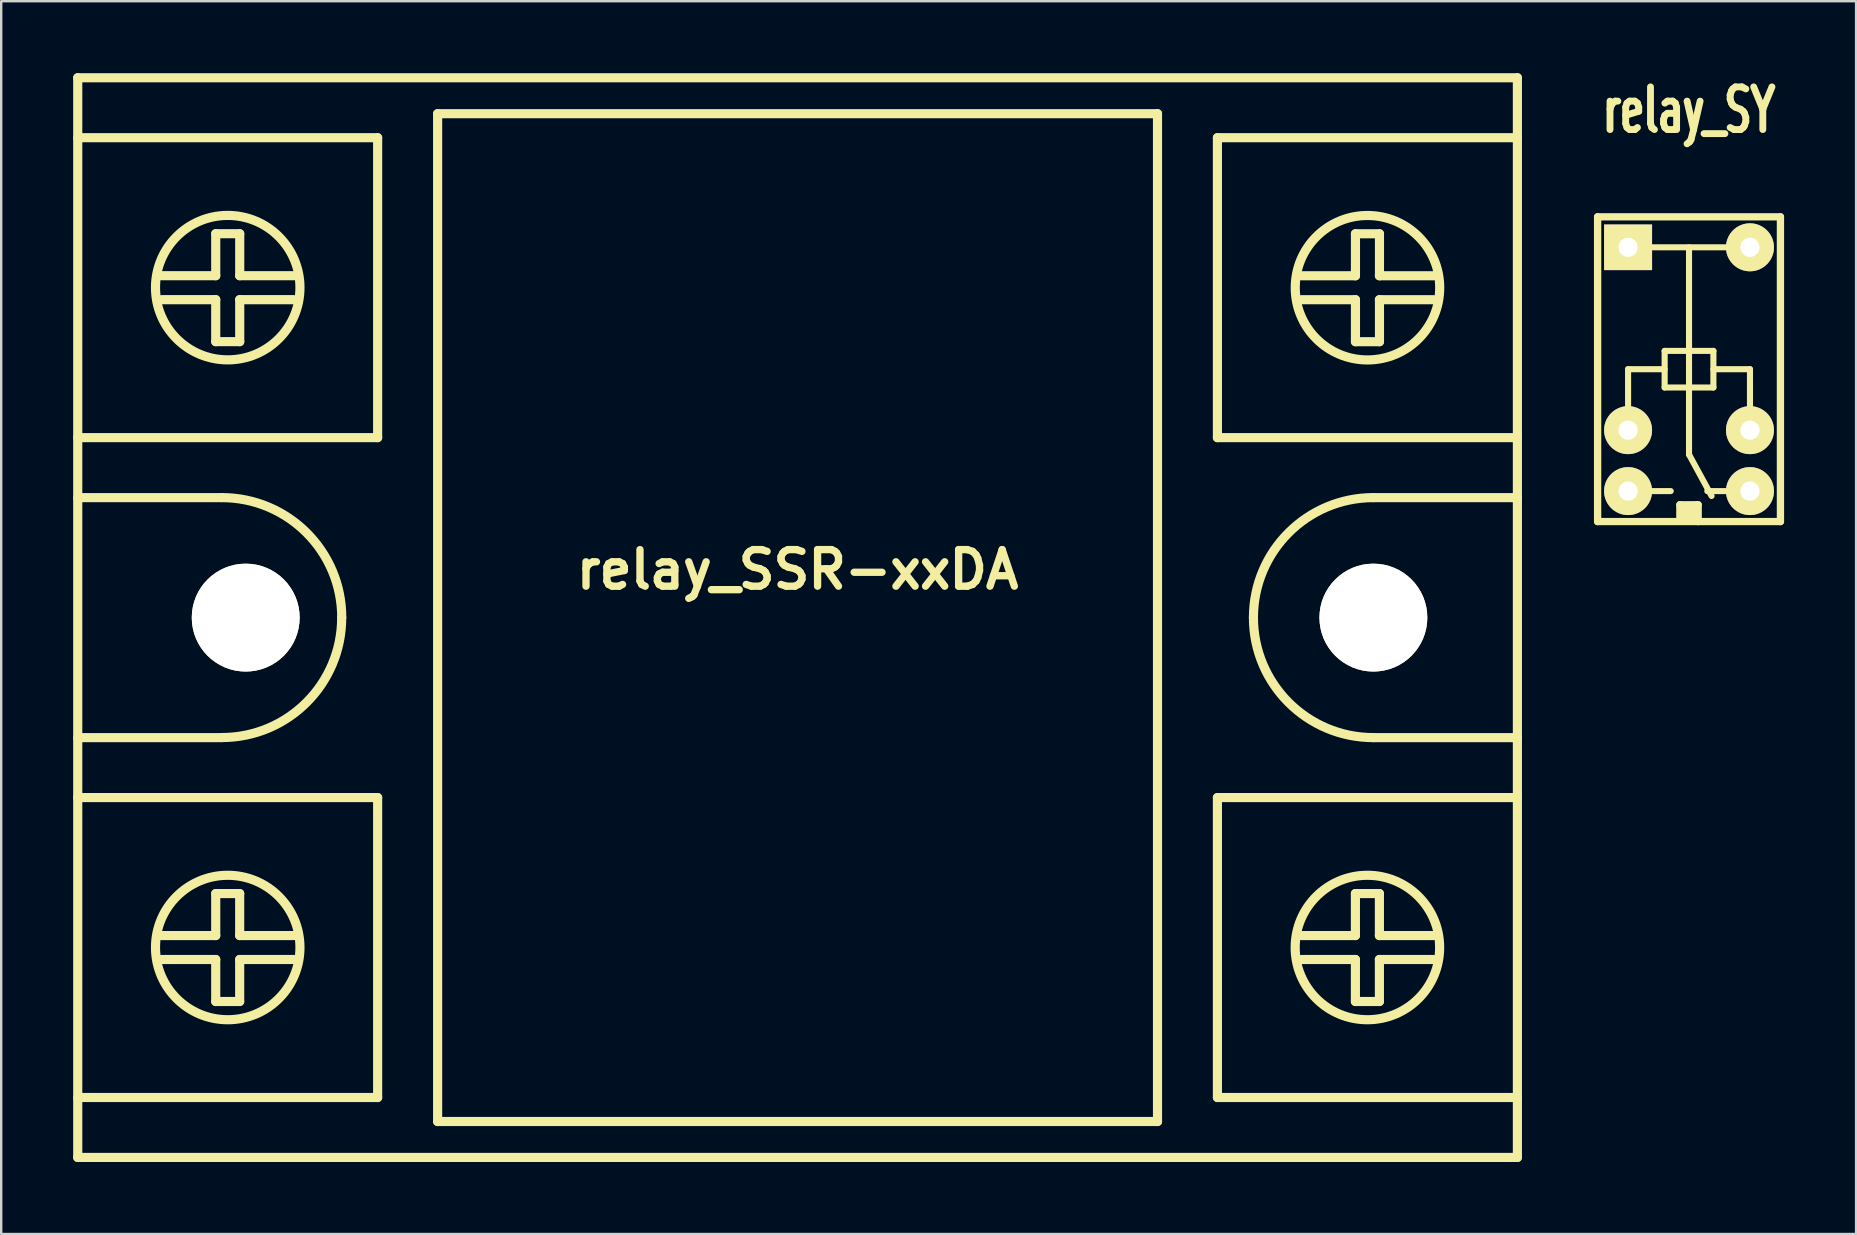
<source format=kicad_pcb>
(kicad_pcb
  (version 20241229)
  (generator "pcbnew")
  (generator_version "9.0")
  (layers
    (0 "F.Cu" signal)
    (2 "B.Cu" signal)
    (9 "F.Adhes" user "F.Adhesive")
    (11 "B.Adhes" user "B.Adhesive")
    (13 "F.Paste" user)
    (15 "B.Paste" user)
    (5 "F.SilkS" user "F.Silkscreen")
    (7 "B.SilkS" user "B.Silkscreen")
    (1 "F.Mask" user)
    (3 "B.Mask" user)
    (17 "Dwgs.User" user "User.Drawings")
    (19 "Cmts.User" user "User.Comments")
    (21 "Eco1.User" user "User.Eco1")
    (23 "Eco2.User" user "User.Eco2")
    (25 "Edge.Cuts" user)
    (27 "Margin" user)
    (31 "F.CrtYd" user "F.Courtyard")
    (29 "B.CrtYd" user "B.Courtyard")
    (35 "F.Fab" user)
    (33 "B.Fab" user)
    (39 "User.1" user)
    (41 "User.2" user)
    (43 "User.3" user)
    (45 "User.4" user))
  (footprint "relay_SSR-xxDA"
    (layer "F.Cu")
    (at 30.19 22.69)
    (property "Reference" "relay_SSR-xxDA" (at 0 -1.999 0) (layer "F.SilkS") (effects (font (size 1.524 1.524) (thickness 0.305))))
    (attr through_hole)
    (fp_line (start -30 -22.499) (end 30 -22.499) (stroke (width 0.381) (type solid)) (layer "F.SilkS"))
    (fp_line (start -30 -7.501) (end -17.501 -7.501) (stroke (width 0.381) (type solid)) (layer "F.SilkS"))
    (fp_line (start -30 20) (end -17.501 20) (stroke (width 0.381) (type solid)) (layer "F.SilkS"))
    (fp_line (start -30 22.499) (end -30 -22.499) (stroke (width 0.381) (type solid)) (layer "F.SilkS"))
    (fp_line (start -26.5 -14.249) (end -24.249 -14.249) (stroke (width 0.381) (type solid)) (layer "F.SilkS"))
    (fp_line (start -26.5 13.251) (end -24.249 13.251) (stroke (width 0.381) (type solid)) (layer "F.SilkS"))
    (fp_line (start -24.249 -15.999) (end -24.249 -14.249) (stroke (width 0.381) (type solid)) (layer "F.SilkS"))
    (fp_line (start -24.249 -15.999) (end -23.249 -15.999) (stroke (width 0.381) (type solid)) (layer "F.SilkS"))
    (fp_line (start -24.249 -13.251) (end -26.5 -13.251) (stroke (width 0.381) (type solid)) (layer "F.SilkS"))
    (fp_line (start -24.249 -11.501) (end -24.249 -13.251) (stroke (width 0.381) (type solid)) (layer "F.SilkS"))
    (fp_line (start -24.249 -11.501) (end -23.249 -11.501) (stroke (width 0.381) (type solid)) (layer "F.SilkS"))
    (fp_line (start -24.249 11.501) (end -23.251 11.501) (stroke (width 0.381) (type solid)) (layer "F.SilkS"))
    (fp_line (start -24.249 13.251) (end -24.249 11.501) (stroke (width 0.381) (type solid)) (layer "F.SilkS"))
    (fp_line (start -24.249 14.249) (end -26.5 14.249) (stroke (width 0.381) (type solid)) (layer "F.SilkS"))
    (fp_line (start -24.249 15.999) (end -24.249 14.249) (stroke (width 0.381) (type solid)) (layer "F.SilkS"))
    (fp_line (start -24 -5.001) (end -30 -5.001) (stroke (width 0.381) (type solid)) (layer "F.SilkS"))
    (fp_line (start -24 5.001) (end -30 5.001) (stroke (width 0.381) (type solid)) (layer "F.SilkS"))
    (fp_line (start -23.251 -14.249) (end -21.001 -14.249) (stroke (width 0.381) (type solid)) (layer "F.SilkS"))
    (fp_line (start -23.251 13.251) (end -23.251 11.501) (stroke (width 0.381) (type solid)) (layer "F.SilkS"))
    (fp_line (start -23.251 13.251) (end -21.001 13.251) (stroke (width 0.381) (type solid)) (layer "F.SilkS"))
    (fp_line (start -23.251 15.999) (end -24.249 15.999) (stroke (width 0.381) (type solid)) (layer "F.SilkS"))
    (fp_line (start -23.251 15.999) (end -23.251 14.249) (stroke (width 0.381) (type solid)) (layer "F.SilkS"))
    (fp_line (start -23.249 -15.999) (end -23.249 -14.249) (stroke (width 0.381) (type solid)) (layer "F.SilkS"))
    (fp_line (start -23.249 -11.501) (end -23.249 -13.251) (stroke (width 0.381) (type solid)) (layer "F.SilkS"))
    (fp_line (start -21.001 -13.251) (end -23.251 -13.251) (stroke (width 0.381) (type solid)) (layer "F.SilkS"))
    (fp_line (start -21.001 14.249) (end -23.251 14.249) (stroke (width 0.381) (type solid)) (layer "F.SilkS"))
    (fp_line (start -17.501 -20) (end -30 -20) (stroke (width 0.381) (type solid)) (layer "F.SilkS"))
    (fp_line (start -17.501 -7.501) (end -17.501 -20) (stroke (width 0.381) (type solid)) (layer "F.SilkS"))
    (fp_line (start -17.501 7.501) (end -30 7.501) (stroke (width 0.381) (type solid)) (layer "F.SilkS"))
    (fp_line (start -17.501 20) (end -17.501 7.501) (stroke (width 0.381) (type solid)) (layer "F.SilkS"))
    (fp_line (start -15.001 -21.001) (end 15.001 -21.001) (stroke (width 0.381) (type solid)) (layer "F.SilkS"))
    (fp_line (start -15.001 21.001) (end -15.001 -21.001) (stroke (width 0.381) (type solid)) (layer "F.SilkS"))
    (fp_line (start 15.001 -21.001) (end 15.001 21.001) (stroke (width 0.381) (type solid)) (layer "F.SilkS"))
    (fp_line (start 15.001 21.001) (end -15.001 21.001) (stroke (width 0.381) (type solid)) (layer "F.SilkS"))
    (fp_line (start 17.498 -7.501) (end 17.498 -20) (stroke (width 0.381) (type solid)) (layer "F.SilkS"))
    (fp_line (start 17.498 -7.501) (end 29.997 -7.501) (stroke (width 0.381) (type solid)) (layer "F.SilkS"))
    (fp_line (start 17.498 20) (end 17.498 7.501) (stroke (width 0.381) (type solid)) (layer "F.SilkS"))
    (fp_line (start 17.498 20) (end 29.997 20) (stroke (width 0.381) (type solid)) (layer "F.SilkS"))
    (fp_line (start 20.998 13.251) (end 23.249 13.251) (stroke (width 0.381) (type solid)) (layer "F.SilkS"))
    (fp_line (start 21.001 -14.247) (end 23.251 -14.247) (stroke (width 0.381) (type solid)) (layer "F.SilkS"))
    (fp_line (start 23.249 11.501) (end 23.249 13.251) (stroke (width 0.381) (type solid)) (layer "F.SilkS"))
    (fp_line (start 23.249 11.501) (end 24.249 11.501) (stroke (width 0.381) (type solid)) (layer "F.SilkS"))
    (fp_line (start 23.249 14.249) (end 20.998 14.249) (stroke (width 0.381) (type solid)) (layer "F.SilkS"))
    (fp_line (start 23.249 15.999) (end 23.249 14.249) (stroke (width 0.381) (type solid)) (layer "F.SilkS"))
    (fp_line (start 23.249 15.999) (end 24.249 15.999) (stroke (width 0.381) (type solid)) (layer "F.SilkS"))
    (fp_line (start 23.251 -15.997) (end 23.251 -14.247) (stroke (width 0.381) (type solid)) (layer "F.SilkS"))
    (fp_line (start 23.251 -15.997) (end 24.252 -15.997) (stroke (width 0.381) (type solid)) (layer "F.SilkS"))
    (fp_line (start 23.251 -13.249) (end 21.001 -13.249) (stroke (width 0.381) (type solid)) (layer "F.SilkS"))
    (fp_line (start 23.251 -11.499) (end 23.251 -13.249) (stroke (width 0.381) (type solid)) (layer "F.SilkS"))
    (fp_line (start 23.251 -11.499) (end 24.252 -11.499) (stroke (width 0.381) (type solid)) (layer "F.SilkS"))
    (fp_line (start 24 -5.001) (end 30 -5.001) (stroke (width 0.381) (type solid)) (layer "F.SilkS"))
    (fp_line (start 24 5.001) (end 30 5.001) (stroke (width 0.381) (type solid)) (layer "F.SilkS"))
    (fp_line (start 24.247 13.251) (end 26.497 13.251) (stroke (width 0.381) (type solid)) (layer "F.SilkS"))
    (fp_line (start 24.249 -14.247) (end 26.5 -14.247) (stroke (width 0.381) (type solid)) (layer "F.SilkS"))
    (fp_line (start 24.249 11.501) (end 24.249 13.251) (stroke (width 0.381) (type solid)) (layer "F.SilkS"))
    (fp_line (start 24.249 15.999) (end 24.249 14.249) (stroke (width 0.381) (type solid)) (layer "F.SilkS"))
    (fp_line (start 24.252 -15.997) (end 24.252 -14.247) (stroke (width 0.381) (type solid)) (layer "F.SilkS"))
    (fp_line (start 24.252 -11.499) (end 24.252 -13.249) (stroke (width 0.381) (type solid)) (layer "F.SilkS"))
    (fp_line (start 26.497 14.249) (end 24.247 14.249) (stroke (width 0.381) (type solid)) (layer "F.SilkS"))
    (fp_line (start 26.5 -13.249) (end 24.249 -13.249) (stroke (width 0.381) (type solid)) (layer "F.SilkS"))
    (fp_line (start 29.997 -20) (end 17.498 -20) (stroke (width 0.381) (type solid)) (layer "F.SilkS"))
    (fp_line (start 29.997 7.501) (end 17.498 7.501) (stroke (width 0.381) (type solid)) (layer "F.SilkS"))
    (fp_line (start 30 -22.499) (end 30 22.499) (stroke (width 0.381) (type solid)) (layer "F.SilkS"))
    (fp_line (start 30 22.499) (end -30 22.499) (stroke (width 0.381) (type solid)) (layer "F.SilkS"))
    (fp_arc (start -23.99792 -5.00126) (mid -20.461495 -3.536425) (end -18.99666 0) (stroke (width 0.381) (type solid)) (layer "F.SilkS"))
    (fp_arc (start -18.9992 0) (mid -20.463291 3.534629) (end -23.99792 4.99872) (stroke (width 0.381) (type solid)) (layer "F.SilkS"))
    (fp_arc (start 18.9992 0) (mid 20.464035 -3.536425) (end 24.00046 -5.00126) (stroke (width 0.381) (type solid)) (layer "F.SilkS"))
    (fp_arc (start 24.00046 5.00126) (mid 20.464035 3.536425) (end 18.9992 0) (stroke (width 0.381) (type solid)) (layer "F.SilkS"))
    (fp_circle (center -23.749 -13.752) (end -26.749 -13.503) (stroke (width 0.381) (type solid)) (fill no) (layer "F.SilkS"))
    (fp_circle (center -23.749 13.749) (end -26.749 13.998) (stroke (width 0.381) (type solid)) (fill no) (layer "F.SilkS"))
    (fp_circle (center 23.749 13.749) (end 20.749 13.998) (stroke (width 0.381) (type solid)) (fill no) (layer "F.SilkS"))
    (fp_circle (center 23.752 -13.749) (end 20.752 -13.5) (stroke (width 0.381) (type solid)) (fill no) (layer "F.SilkS"))
    (pad "" np_thru_hole circle (at -23 0) (size 4.496 4.496) (drill 4.496) (layers "*.Cu" "*.Mask" "F.SilkS"))
    (pad "" np_thru_hole circle (at 23.998 0) (size 4.496 4.496) (drill 4.496) (layers "*.Cu" "*.Mask" "F.SilkS")))
  (footprint "relay_SY"
    (layer "F.Cu")
    (at 67.343 12.337)
    (property "Reference" "relay_SY" (at 0 -10.795 0) (layer "F.SilkS") (effects (font (size 1.778 1.143) (thickness 0.287))))
    (attr through_hole)
    (fp_line (start -3.81 -6.35) (end -3.81 6.35) (stroke (width 0.305) (type solid)) (layer "F.SilkS"))
    (fp_line (start -3.81 6.35) (end 3.81 6.35) (stroke (width 0.305) (type solid)) (layer "F.SilkS"))
    (fp_line (start -2.54 0) (end -1.016 0) (stroke (width 0.254) (type solid)) (layer "F.SilkS"))
    (fp_line (start -2.54 1.524) (end -2.54 0) (stroke (width 0.254) (type solid)) (layer "F.SilkS"))
    (fp_line (start -1.524 -5.08) (end 1.524 -5.08) (stroke (width 0.254) (type solid)) (layer "F.SilkS"))
    (fp_line (start -1.524 5.08) (end -0.762 5.08) (stroke (width 0.254) (type solid)) (layer "F.SilkS"))
    (fp_line (start -1.016 -0.762) (end -1.016 0.762) (stroke (width 0.254) (type solid)) (layer "F.SilkS"))
    (fp_line (start -1.016 0.762) (end 1.016 0.762) (stroke (width 0.254) (type solid)) (layer "F.SilkS"))
    (fp_line (start -0.381 5.652) (end 0.318 5.652) (stroke (width 0.305) (type solid)) (layer "F.SilkS"))
    (fp_line (start -0.381 6.287) (end -0.381 5.652) (stroke (width 0.305) (type solid)) (layer "F.SilkS"))
    (fp_line (start -0.318 6.096) (end 0.254 6.096) (stroke (width 0.305) (type solid)) (layer "F.SilkS"))
    (fp_line (start 0 -5.08) (end 0 3.556) (stroke (width 0.254) (type solid)) (layer "F.SilkS"))
    (fp_line (start 0 3.556) (end 0.94 5.283) (stroke (width 0.254) (type solid)) (layer "F.SilkS"))
    (fp_line (start 0.318 5.652) (end 0.381 5.652) (stroke (width 0.305) (type solid)) (layer "F.SilkS"))
    (fp_line (start 0.318 5.905) (end -0.318 5.905) (stroke (width 0.305) (type solid)) (layer "F.SilkS"))
    (fp_line (start 0.381 5.652) (end 0.381 6.35) (stroke (width 0.305) (type solid)) (layer "F.SilkS"))
    (fp_line (start 1.016 -0.762) (end -1.016 -0.762) (stroke (width 0.254) (type solid)) (layer "F.SilkS"))
    (fp_line (start 1.016 0) (end 2.54 0) (stroke (width 0.254) (type solid)) (layer "F.SilkS"))
    (fp_line (start 1.016 0.762) (end 1.016 -0.762) (stroke (width 0.254) (type solid)) (layer "F.SilkS"))
    (fp_line (start 1.524 5.08) (end 0.762 5.08) (stroke (width 0.254) (type solid)) (layer "F.SilkS"))
    (fp_line (start 2.54 0) (end 2.54 1.524) (stroke (width 0.254) (type solid)) (layer "F.SilkS"))
    (fp_line (start 3.81 -6.35) (end -3.81 -6.35) (stroke (width 0.305) (type solid)) (layer "F.SilkS"))
    (fp_line (start 3.81 6.35) (end 3.81 -6.35) (stroke (width 0.305) (type solid)) (layer "F.SilkS"))
    (pad "1" thru_hole rect (at -2.54 -5.08) (size 1.999 1.9) (drill 0.8) (layers "*.Cu" "*.Mask" "F.SilkS"))
    (pad "4" thru_hole circle (at -2.54 2.54) (size 1.999 1.999) (drill 0.8) (layers "*.Cu" "*.Mask" "F.SilkS"))
    (pad "5" thru_hole circle (at -2.54 5.08) (size 1.999 1.999) (drill 0.8) (layers "*.Cu" "*.Mask" "F.SilkS"))
    (pad "6" thru_hole circle (at 2.54 5.08) (size 1.999 1.999) (drill 0.8) (layers "*.Cu" "*.Mask" "F.SilkS"))
    (pad "7" thru_hole circle (at 2.54 2.54) (size 1.999 1.999) (drill 0.8) (layers "*.Cu" "*.Mask" "F.SilkS"))
    (pad "10" thru_hole circle (at 2.54 -5.08) (size 1.999 1.999) (drill 0.8) (layers "*.Cu" "*.Mask" "F.SilkS")))
  (gr_rect
    (start -3 -3)
    (end 74.306 48.38)
    (stroke (width 0.1) (type default))
    (fill no)
    (layer "Edge.Cuts")))
</source>
